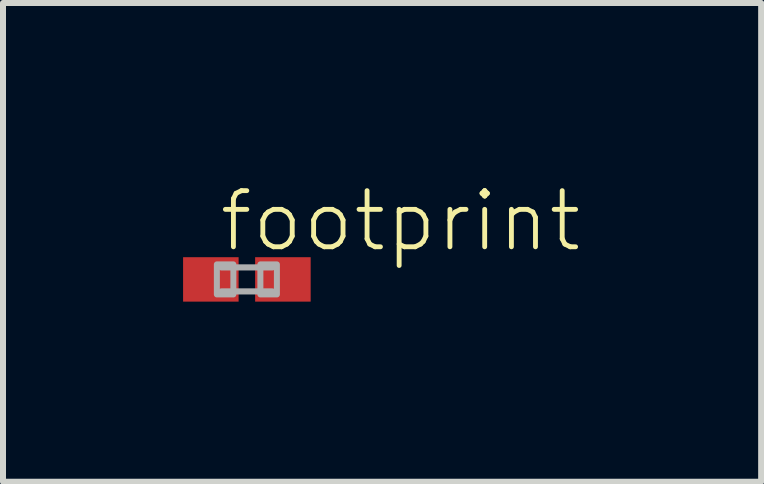
<source format=kicad_pcb>
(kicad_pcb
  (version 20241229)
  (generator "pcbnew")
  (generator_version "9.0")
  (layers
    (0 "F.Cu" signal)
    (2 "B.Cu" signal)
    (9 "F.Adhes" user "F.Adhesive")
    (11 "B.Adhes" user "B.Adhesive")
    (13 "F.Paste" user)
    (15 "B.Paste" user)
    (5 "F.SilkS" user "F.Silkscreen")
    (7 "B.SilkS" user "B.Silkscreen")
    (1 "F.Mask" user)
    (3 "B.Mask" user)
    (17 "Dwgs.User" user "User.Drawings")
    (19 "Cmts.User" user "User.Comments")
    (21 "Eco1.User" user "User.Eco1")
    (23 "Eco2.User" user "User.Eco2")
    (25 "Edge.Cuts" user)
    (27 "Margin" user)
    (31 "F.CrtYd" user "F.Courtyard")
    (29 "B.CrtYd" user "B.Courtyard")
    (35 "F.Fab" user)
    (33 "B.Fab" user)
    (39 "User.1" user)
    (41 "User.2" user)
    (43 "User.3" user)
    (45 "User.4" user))
  (footprint "footprint"
    (layer "F.Cu")
    (at 1.062 1.604)
    (property "Reference" "footprint" (at -0.5 -0.425 0) (layer "F.SilkS") (effects (font (size 0.935 0.935) (thickness 0.081)) (justify left bottom)))
    (fp_line (start -0.425 -0.2) (end 0.425 -0.2) (stroke (width 0.102) (type solid)) (layer "F.Fab"))
    (fp_line (start 0.425 0.2) (end -0.425 0.2) (stroke (width 0.102) (type solid)) (layer "F.Fab"))
    (fp_poly (pts (xy -0.5 0.25) (xy -0.225 0.25) (xy -0.225 -0.25) (xy -0.5 -0.25)) (stroke (width 0.1) (type solid)) (fill no) (layer "F.Fab"))
    (fp_poly (pts (xy 0.225 0.25) (xy 0.5 0.25) (xy 0.5 -0.25) (xy 0.225 -0.25)) (stroke (width 0.1) (type solid)) (fill no) (layer "F.Fab"))
    (pad "1" smd rect (at -0.6 0) (size 0.925 0.74) (layers "F.Cu" "F.Mask" "F.Paste"))
    (pad "2" smd rect (at 0.6 0) (size 0.925 0.74) (layers "F.Cu" "F.Mask" "F.Paste")))
  (gr_rect
    (start -3 -3)
    (end 9.628 4.974)
    (stroke (width 0.1) (type default))
    (fill no)
    (layer "Edge.Cuts")))
</source>
